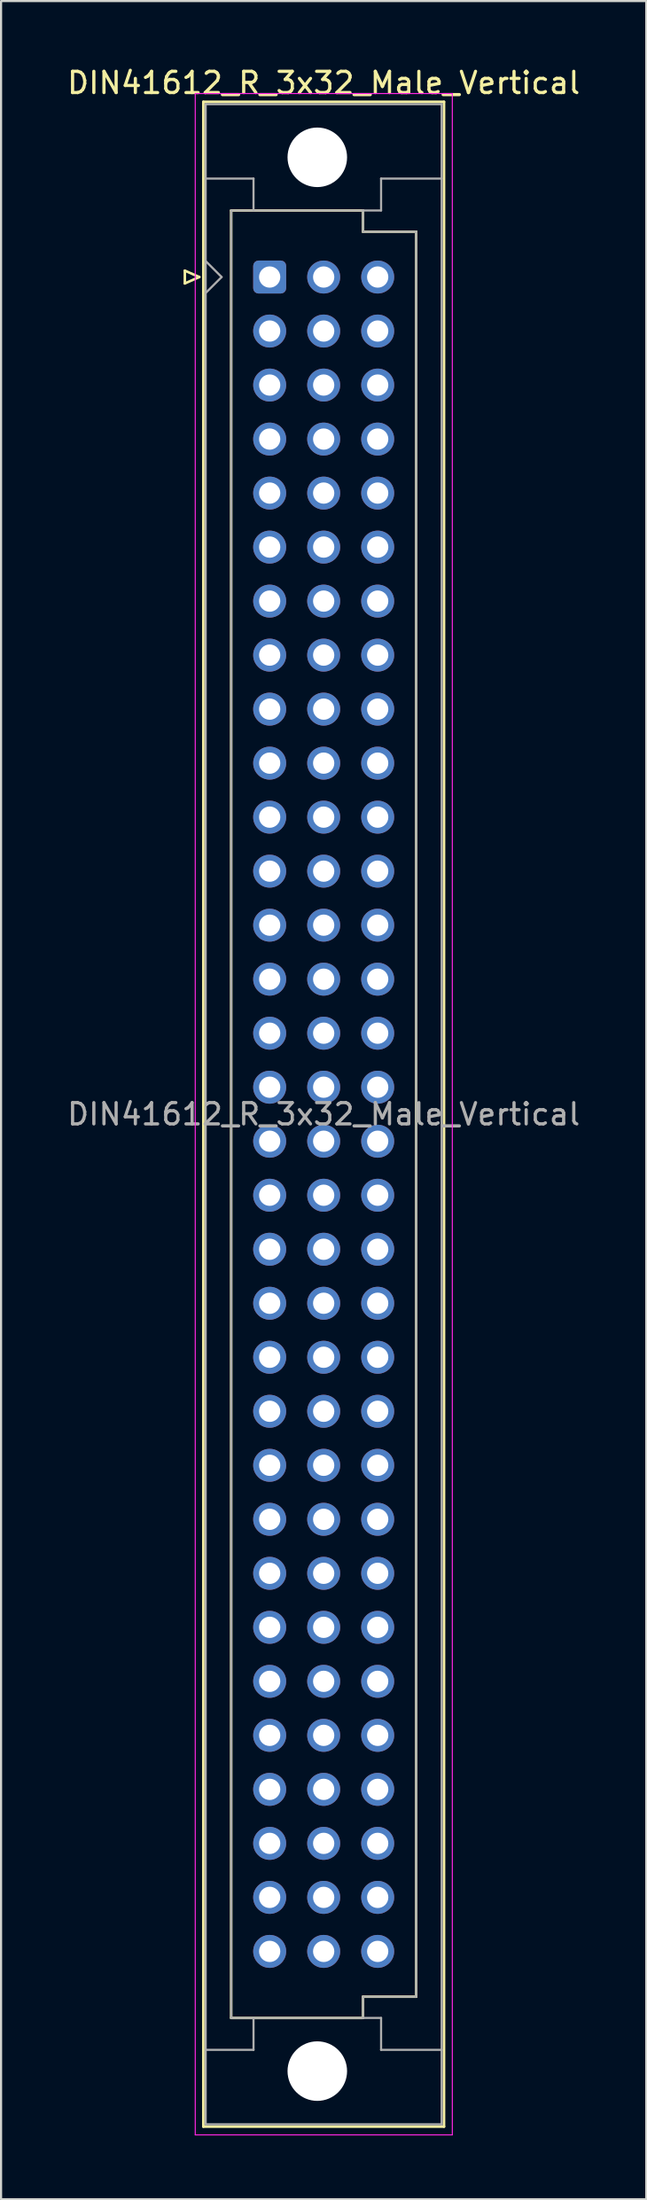
<source format=kicad_pcb>
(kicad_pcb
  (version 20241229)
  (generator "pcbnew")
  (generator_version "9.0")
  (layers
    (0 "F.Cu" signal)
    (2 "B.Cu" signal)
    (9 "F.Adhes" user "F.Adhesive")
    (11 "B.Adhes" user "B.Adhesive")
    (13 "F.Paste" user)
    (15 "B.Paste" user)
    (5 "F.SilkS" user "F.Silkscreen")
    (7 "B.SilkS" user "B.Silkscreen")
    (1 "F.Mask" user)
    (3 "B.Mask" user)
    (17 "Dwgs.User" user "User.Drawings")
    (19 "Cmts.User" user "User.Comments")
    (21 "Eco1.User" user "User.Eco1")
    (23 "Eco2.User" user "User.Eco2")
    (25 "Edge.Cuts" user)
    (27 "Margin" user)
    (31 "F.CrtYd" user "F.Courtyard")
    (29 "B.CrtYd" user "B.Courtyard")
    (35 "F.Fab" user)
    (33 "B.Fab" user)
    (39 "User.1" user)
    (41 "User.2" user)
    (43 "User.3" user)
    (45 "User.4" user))
  (footprint "DIN41612_R_3x32_Male_Vertical"
    (layer "F.Cu")
    (at 9.633 9.978)
    (property "Reference" "DIN41612_R_3x32_Male_Vertical" (at 2.54 -9.13 0) (layer "F.SilkS") (effects (font (size 1 1) (thickness 0.15))))
    (attr through_hole)
    (fp_line (start -3.99 -0.3) (end -3.99 0.3) (stroke (width 0.12) (type solid)) (layer "F.SilkS"))
    (fp_line (start -3.99 0.3) (end -3.31 0) (stroke (width 0.12) (type solid)) (layer "F.SilkS"))
    (fp_line (start -3.31 0) (end -3.99 -0.3) (stroke (width 0.12) (type solid)) (layer "F.SilkS"))
    (fp_line (start -3.12 -8.24) (end 8.2 -8.24) (stroke (width 0.12) (type solid)) (layer "F.SilkS"))
    (fp_line (start -3.12 86.98) (end -3.12 -8.24) (stroke (width 0.12) (type solid)) (layer "F.SilkS"))
    (fp_line (start -1.81 -3.13) (end 4.39 -3.13) (stroke (width 0.12) (type solid)) (layer "F.SilkS"))
    (fp_line (start -1.81 81.87) (end -1.81 -3.13) (stroke (width 0.12) (type solid)) (layer "F.SilkS"))
    (fp_line (start 4.39 -3.13) (end 4.39 -2.13) (stroke (width 0.12) (type solid)) (layer "F.SilkS"))
    (fp_line (start 4.39 -2.13) (end 6.89 -2.13) (stroke (width 0.12) (type solid)) (layer "F.SilkS"))
    (fp_line (start 4.39 80.87) (end 4.39 81.87) (stroke (width 0.12) (type solid)) (layer "F.SilkS"))
    (fp_line (start 4.39 81.87) (end -1.81 81.87) (stroke (width 0.12) (type solid)) (layer "F.SilkS"))
    (fp_line (start 6.89 -2.13) (end 6.89 80.87) (stroke (width 0.12) (type solid)) (layer "F.SilkS"))
    (fp_line (start 6.89 80.87) (end 4.39 80.87) (stroke (width 0.12) (type solid)) (layer "F.SilkS"))
    (fp_line (start 8.2 -8.24) (end 8.2 86.98) (stroke (width 0.12) (type solid)) (layer "F.SilkS"))
    (fp_line (start 8.2 86.98) (end -3.12 86.98) (stroke (width 0.12) (type solid)) (layer "F.SilkS"))
    (fp_line (start -3.5 -8.63) (end 8.59 -8.63) (stroke (width 0.05) (type solid)) (layer "F.CrtYd"))
    (fp_line (start -3.5 87.37) (end -3.5 -8.63) (stroke (width 0.05) (type solid)) (layer "F.CrtYd"))
    (fp_line (start 8.59 -8.63) (end 8.59 87.37) (stroke (width 0.05) (type solid)) (layer "F.CrtYd"))
    (fp_line (start 8.59 87.37) (end -3.5 87.37) (stroke (width 0.05) (type solid)) (layer "F.CrtYd"))
    (fp_line (start -3.01 -8.13) (end 8.09 -8.13) (stroke (width 0.1) (type solid)) (layer "F.Fab"))
    (fp_line (start -3.01 -4.63) (end -0.76 -4.63) (stroke (width 0.1) (type solid)) (layer "F.Fab"))
    (fp_line (start -3.01 -0.75) (end -2.26 0) (stroke (width 0.1) (type solid)) (layer "F.Fab"))
    (fp_line (start -3.01 83.37) (end -0.76 83.37) (stroke (width 0.1) (type solid)) (layer "F.Fab"))
    (fp_line (start -3.01 86.87) (end -3.01 -8.13) (stroke (width 0.1) (type solid)) (layer "F.Fab"))
    (fp_line (start -2.26 0) (end -3.01 0.75) (stroke (width 0.1) (type solid)) (layer "F.Fab"))
    (fp_line (start -1.81 -3.13) (end 4.39 -3.13) (stroke (width 0.1) (type solid)) (layer "F.Fab"))
    (fp_line (start -1.81 81.87) (end -1.81 -3.13) (stroke (width 0.1) (type solid)) (layer "F.Fab"))
    (fp_line (start -0.76 -4.63) (end -0.76 -3.13) (stroke (width 0.1) (type solid)) (layer "F.Fab"))
    (fp_line (start -0.76 83.37) (end -0.76 81.87) (stroke (width 0.1) (type solid)) (layer "F.Fab"))
    (fp_line (start 4.39 -3.13) (end 4.39 -2.13) (stroke (width 0.1) (type solid)) (layer "F.Fab"))
    (fp_line (start 4.39 -3.13) (end 5.24 -3.13) (stroke (width 0.1) (type solid)) (layer "F.Fab"))
    (fp_line (start 4.39 -2.13) (end 6.89 -2.13) (stroke (width 0.1) (type solid)) (layer "F.Fab"))
    (fp_line (start 4.39 80.87) (end 4.39 81.87) (stroke (width 0.1) (type solid)) (layer "F.Fab"))
    (fp_line (start 4.39 81.87) (end -1.81 81.87) (stroke (width 0.1) (type solid)) (layer "F.Fab"))
    (fp_line (start 4.39 81.87) (end 5.24 81.87) (stroke (width 0.1) (type solid)) (layer "F.Fab"))
    (fp_line (start 5.24 -4.63) (end 8.09 -4.63) (stroke (width 0.1) (type solid)) (layer "F.Fab"))
    (fp_line (start 5.24 -3.13) (end 5.24 -4.63) (stroke (width 0.1) (type solid)) (layer "F.Fab"))
    (fp_line (start 5.24 81.87) (end 5.24 83.37) (stroke (width 0.1) (type solid)) (layer "F.Fab"))
    (fp_line (start 5.24 83.37) (end 8.09 83.37) (stroke (width 0.1) (type solid)) (layer "F.Fab"))
    (fp_line (start 6.89 -2.13) (end 6.89 80.87) (stroke (width 0.1) (type solid)) (layer "F.Fab"))
    (fp_line (start 6.89 80.87) (end 4.39 80.87) (stroke (width 0.1) (type solid)) (layer "F.Fab"))
    (fp_line (start 8.09 -8.13) (end 8.09 86.87) (stroke (width 0.1) (type solid)) (layer "F.Fab"))
    (fp_line (start 8.09 86.87) (end -3.01 86.87) (stroke (width 0.1) (type solid)) (layer "F.Fab"))
    (fp_text user "${REFERENCE}" (at 2.54 39.37 0) (layer "F.Fab") (effects (font (size 1 1) (thickness 0.15))))
    (pad "" np_thru_hole circle (at 2.24 -5.63) (size 2.8 2.8) (drill 2.8) (layers "*.Cu" "*.Mask"))
    (pad "" np_thru_hole circle (at 2.24 84.37) (size 2.8 2.8) (drill 2.8) (layers "*.Cu" "*.Mask"))
    (pad "a1" thru_hole roundrect (at 0 0) (size 1.55 1.55) (drill 1) (layers "*.Cu" "*.Mask") (roundrect_rratio 0.161))
    (pad "a2" thru_hole circle (at 0 2.54) (size 1.55 1.55) (drill 1) (layers "*.Cu" "*.Mask"))
    (pad "a3" thru_hole circle (at 0 5.08) (size 1.55 1.55) (drill 1) (layers "*.Cu" "*.Mask"))
    (pad "a4" thru_hole circle (at 0 7.62) (size 1.55 1.55) (drill 1) (layers "*.Cu" "*.Mask"))
    (pad "a5" thru_hole circle (at 0 10.16) (size 1.55 1.55) (drill 1) (layers "*.Cu" "*.Mask"))
    (pad "a6" thru_hole circle (at 0 12.7) (size 1.55 1.55) (drill 1) (layers "*.Cu" "*.Mask"))
    (pad "a7" thru_hole circle (at 0 15.24) (size 1.55 1.55) (drill 1) (layers "*.Cu" "*.Mask"))
    (pad "a8" thru_hole circle (at 0 17.78) (size 1.55 1.55) (drill 1) (layers "*.Cu" "*.Mask"))
    (pad "a9" thru_hole circle (at 0 20.32) (size 1.55 1.55) (drill 1) (layers "*.Cu" "*.Mask"))
    (pad "a10" thru_hole circle (at 0 22.86) (size 1.55 1.55) (drill 1) (layers "*.Cu" "*.Mask"))
    (pad "a11" thru_hole circle (at 0 25.4) (size 1.55 1.55) (drill 1) (layers "*.Cu" "*.Mask"))
    (pad "a12" thru_hole circle (at 0 27.94) (size 1.55 1.55) (drill 1) (layers "*.Cu" "*.Mask"))
    (pad "a13" thru_hole circle (at 0 30.48) (size 1.55 1.55) (drill 1) (layers "*.Cu" "*.Mask"))
    (pad "a14" thru_hole circle (at 0 33.02) (size 1.55 1.55) (drill 1) (layers "*.Cu" "*.Mask"))
    (pad "a15" thru_hole circle (at 0 35.56) (size 1.55 1.55) (drill 1) (layers "*.Cu" "*.Mask"))
    (pad "a16" thru_hole circle (at 0 38.1) (size 1.55 1.55) (drill 1) (layers "*.Cu" "*.Mask"))
    (pad "a17" thru_hole circle (at 0 40.64) (size 1.55 1.55) (drill 1) (layers "*.Cu" "*.Mask"))
    (pad "a18" thru_hole circle (at 0 43.18) (size 1.55 1.55) (drill 1) (layers "*.Cu" "*.Mask"))
    (pad "a19" thru_hole circle (at 0 45.72) (size 1.55 1.55) (drill 1) (layers "*.Cu" "*.Mask"))
    (pad "a20" thru_hole circle (at 0 48.26) (size 1.55 1.55) (drill 1) (layers "*.Cu" "*.Mask"))
    (pad "a21" thru_hole circle (at 0 50.8) (size 1.55 1.55) (drill 1) (layers "*.Cu" "*.Mask"))
    (pad "a22" thru_hole circle (at 0 53.34) (size 1.55 1.55) (drill 1) (layers "*.Cu" "*.Mask"))
    (pad "a23" thru_hole circle (at 0 55.88) (size 1.55 1.55) (drill 1) (layers "*.Cu" "*.Mask"))
    (pad "a24" thru_hole circle (at 0 58.42) (size 1.55 1.55) (drill 1) (layers "*.Cu" "*.Mask"))
    (pad "a25" thru_hole circle (at 0 60.96) (size 1.55 1.55) (drill 1) (layers "*.Cu" "*.Mask"))
    (pad "a26" thru_hole circle (at 0 63.5) (size 1.55 1.55) (drill 1) (layers "*.Cu" "*.Mask"))
    (pad "a27" thru_hole circle (at 0 66.04) (size 1.55 1.55) (drill 1) (layers "*.Cu" "*.Mask"))
    (pad "a28" thru_hole circle (at 0 68.58) (size 1.55 1.55) (drill 1) (layers "*.Cu" "*.Mask"))
    (pad "a29" thru_hole circle (at 0 71.12) (size 1.55 1.55) (drill 1) (layers "*.Cu" "*.Mask"))
    (pad "a30" thru_hole circle (at 0 73.66) (size 1.55 1.55) (drill 1) (layers "*.Cu" "*.Mask"))
    (pad "a31" thru_hole circle (at 0 76.2) (size 1.55 1.55) (drill 1) (layers "*.Cu" "*.Mask"))
    (pad "a32" thru_hole circle (at 0 78.74) (size 1.55 1.55) (drill 1) (layers "*.Cu" "*.Mask"))
    (pad "b1" thru_hole circle (at 2.54 0) (size 1.55 1.55) (drill 1) (layers "*.Cu" "*.Mask"))
    (pad "b2" thru_hole circle (at 2.54 2.54) (size 1.55 1.55) (drill 1) (layers "*.Cu" "*.Mask"))
    (pad "b3" thru_hole circle (at 2.54 5.08) (size 1.55 1.55) (drill 1) (layers "*.Cu" "*.Mask"))
    (pad "b4" thru_hole circle (at 2.54 7.62) (size 1.55 1.55) (drill 1) (layers "*.Cu" "*.Mask"))
    (pad "b5" thru_hole circle (at 2.54 10.16) (size 1.55 1.55) (drill 1) (layers "*.Cu" "*.Mask"))
    (pad "b6" thru_hole circle (at 2.54 12.7) (size 1.55 1.55) (drill 1) (layers "*.Cu" "*.Mask"))
    (pad "b7" thru_hole circle (at 2.54 15.24) (size 1.55 1.55) (drill 1) (layers "*.Cu" "*.Mask"))
    (pad "b8" thru_hole circle (at 2.54 17.78) (size 1.55 1.55) (drill 1) (layers "*.Cu" "*.Mask"))
    (pad "b9" thru_hole circle (at 2.54 20.32) (size 1.55 1.55) (drill 1) (layers "*.Cu" "*.Mask"))
    (pad "b10" thru_hole circle (at 2.54 22.86) (size 1.55 1.55) (drill 1) (layers "*.Cu" "*.Mask"))
    (pad "b11" thru_hole circle (at 2.54 25.4) (size 1.55 1.55) (drill 1) (layers "*.Cu" "*.Mask"))
    (pad "b12" thru_hole circle (at 2.54 27.94) (size 1.55 1.55) (drill 1) (layers "*.Cu" "*.Mask"))
    (pad "b13" thru_hole circle (at 2.54 30.48) (size 1.55 1.55) (drill 1) (layers "*.Cu" "*.Mask"))
    (pad "b14" thru_hole circle (at 2.54 33.02) (size 1.55 1.55) (drill 1) (layers "*.Cu" "*.Mask"))
    (pad "b15" thru_hole circle (at 2.54 35.56) (size 1.55 1.55) (drill 1) (layers "*.Cu" "*.Mask"))
    (pad "b16" thru_hole circle (at 2.54 38.1) (size 1.55 1.55) (drill 1) (layers "*.Cu" "*.Mask"))
    (pad "b17" thru_hole circle (at 2.54 40.64) (size 1.55 1.55) (drill 1) (layers "*.Cu" "*.Mask"))
    (pad "b18" thru_hole circle (at 2.54 43.18) (size 1.55 1.55) (drill 1) (layers "*.Cu" "*.Mask"))
    (pad "b19" thru_hole circle (at 2.54 45.72) (size 1.55 1.55) (drill 1) (layers "*.Cu" "*.Mask"))
    (pad "b20" thru_hole circle (at 2.54 48.26) (size 1.55 1.55) (drill 1) (layers "*.Cu" "*.Mask"))
    (pad "b21" thru_hole circle (at 2.54 50.8) (size 1.55 1.55) (drill 1) (layers "*.Cu" "*.Mask"))
    (pad "b22" thru_hole circle (at 2.54 53.34) (size 1.55 1.55) (drill 1) (layers "*.Cu" "*.Mask"))
    (pad "b23" thru_hole circle (at 2.54 55.88) (size 1.55 1.55) (drill 1) (layers "*.Cu" "*.Mask"))
    (pad "b24" thru_hole circle (at 2.54 58.42) (size 1.55 1.55) (drill 1) (layers "*.Cu" "*.Mask"))
    (pad "b25" thru_hole circle (at 2.54 60.96) (size 1.55 1.55) (drill 1) (layers "*.Cu" "*.Mask"))
    (pad "b26" thru_hole circle (at 2.54 63.5) (size 1.55 1.55) (drill 1) (layers "*.Cu" "*.Mask"))
    (pad "b27" thru_hole circle (at 2.54 66.04) (size 1.55 1.55) (drill 1) (layers "*.Cu" "*.Mask"))
    (pad "b28" thru_hole circle (at 2.54 68.58) (size 1.55 1.55) (drill 1) (layers "*.Cu" "*.Mask"))
    (pad "b29" thru_hole circle (at 2.54 71.12) (size 1.55 1.55) (drill 1) (layers "*.Cu" "*.Mask"))
    (pad "b30" thru_hole circle (at 2.54 73.66) (size 1.55 1.55) (drill 1) (layers "*.Cu" "*.Mask"))
    (pad "b31" thru_hole circle (at 2.54 76.2) (size 1.55 1.55) (drill 1) (layers "*.Cu" "*.Mask"))
    (pad "b32" thru_hole circle (at 2.54 78.74) (size 1.55 1.55) (drill 1) (layers "*.Cu" "*.Mask"))
    (pad "c1" thru_hole circle (at 5.08 0) (size 1.55 1.55) (drill 1) (layers "*.Cu" "*.Mask"))
    (pad "c2" thru_hole circle (at 5.08 2.54) (size 1.55 1.55) (drill 1) (layers "*.Cu" "*.Mask"))
    (pad "c3" thru_hole circle (at 5.08 5.08) (size 1.55 1.55) (drill 1) (layers "*.Cu" "*.Mask"))
    (pad "c4" thru_hole circle (at 5.08 7.62) (size 1.55 1.55) (drill 1) (layers "*.Cu" "*.Mask"))
    (pad "c5" thru_hole circle (at 5.08 10.16) (size 1.55 1.55) (drill 1) (layers "*.Cu" "*.Mask"))
    (pad "c6" thru_hole circle (at 5.08 12.7) (size 1.55 1.55) (drill 1) (layers "*.Cu" "*.Mask"))
    (pad "c7" thru_hole circle (at 5.08 15.24) (size 1.55 1.55) (drill 1) (layers "*.Cu" "*.Mask"))
    (pad "c8" thru_hole circle (at 5.08 17.78) (size 1.55 1.55) (drill 1) (layers "*.Cu" "*.Mask"))
    (pad "c9" thru_hole circle (at 5.08 20.32) (size 1.55 1.55) (drill 1) (layers "*.Cu" "*.Mask"))
    (pad "c10" thru_hole circle (at 5.08 22.86) (size 1.55 1.55) (drill 1) (layers "*.Cu" "*.Mask"))
    (pad "c11" thru_hole circle (at 5.08 25.4) (size 1.55 1.55) (drill 1) (layers "*.Cu" "*.Mask"))
    (pad "c12" thru_hole circle (at 5.08 27.94) (size 1.55 1.55) (drill 1) (layers "*.Cu" "*.Mask"))
    (pad "c13" thru_hole circle (at 5.08 30.48) (size 1.55 1.55) (drill 1) (layers "*.Cu" "*.Mask"))
    (pad "c14" thru_hole circle (at 5.08 33.02) (size 1.55 1.55) (drill 1) (layers "*.Cu" "*.Mask"))
    (pad "c15" thru_hole circle (at 5.08 35.56) (size 1.55 1.55) (drill 1) (layers "*.Cu" "*.Mask"))
    (pad "c16" thru_hole circle (at 5.08 38.1) (size 1.55 1.55) (drill 1) (layers "*.Cu" "*.Mask"))
    (pad "c17" thru_hole circle (at 5.08 40.64) (size 1.55 1.55) (drill 1) (layers "*.Cu" "*.Mask"))
    (pad "c18" thru_hole circle (at 5.08 43.18) (size 1.55 1.55) (drill 1) (layers "*.Cu" "*.Mask"))
    (pad "c19" thru_hole circle (at 5.08 45.72) (size 1.55 1.55) (drill 1) (layers "*.Cu" "*.Mask"))
    (pad "c20" thru_hole circle (at 5.08 48.26) (size 1.55 1.55) (drill 1) (layers "*.Cu" "*.Mask"))
    (pad "c21" thru_hole circle (at 5.08 50.8) (size 1.55 1.55) (drill 1) (layers "*.Cu" "*.Mask"))
    (pad "c22" thru_hole circle (at 5.08 53.34) (size 1.55 1.55) (drill 1) (layers "*.Cu" "*.Mask"))
    (pad "c23" thru_hole circle (at 5.08 55.88) (size 1.55 1.55) (drill 1) (layers "*.Cu" "*.Mask"))
    (pad "c24" thru_hole circle (at 5.08 58.42) (size 1.55 1.55) (drill 1) (layers "*.Cu" "*.Mask"))
    (pad "c25" thru_hole circle (at 5.08 60.96) (size 1.55 1.55) (drill 1) (layers "*.Cu" "*.Mask"))
    (pad "c26" thru_hole circle (at 5.08 63.5) (size 1.55 1.55) (drill 1) (layers "*.Cu" "*.Mask"))
    (pad "c27" thru_hole circle (at 5.08 66.04) (size 1.55 1.55) (drill 1) (layers "*.Cu" "*.Mask"))
    (pad "c28" thru_hole circle (at 5.08 68.58) (size 1.55 1.55) (drill 1) (layers "*.Cu" "*.Mask"))
    (pad "c29" thru_hole circle (at 5.08 71.12) (size 1.55 1.55) (drill 1) (layers "*.Cu" "*.Mask"))
    (pad "c30" thru_hole circle (at 5.08 73.66) (size 1.55 1.55) (drill 1) (layers "*.Cu" "*.Mask"))
    (pad "c31" thru_hole circle (at 5.08 76.2) (size 1.55 1.55) (drill 1) (layers "*.Cu" "*.Mask"))
    (pad "c32" thru_hole circle (at 5.08 78.74) (size 1.55 1.55) (drill 1) (layers "*.Cu" "*.Mask")))
  (gr_rect
    (start -3 -3)
    (end 27.345 100.373)
    (stroke (width 0.1) (type default))
    (fill no)
    (layer "Edge.Cuts")))
</source>
